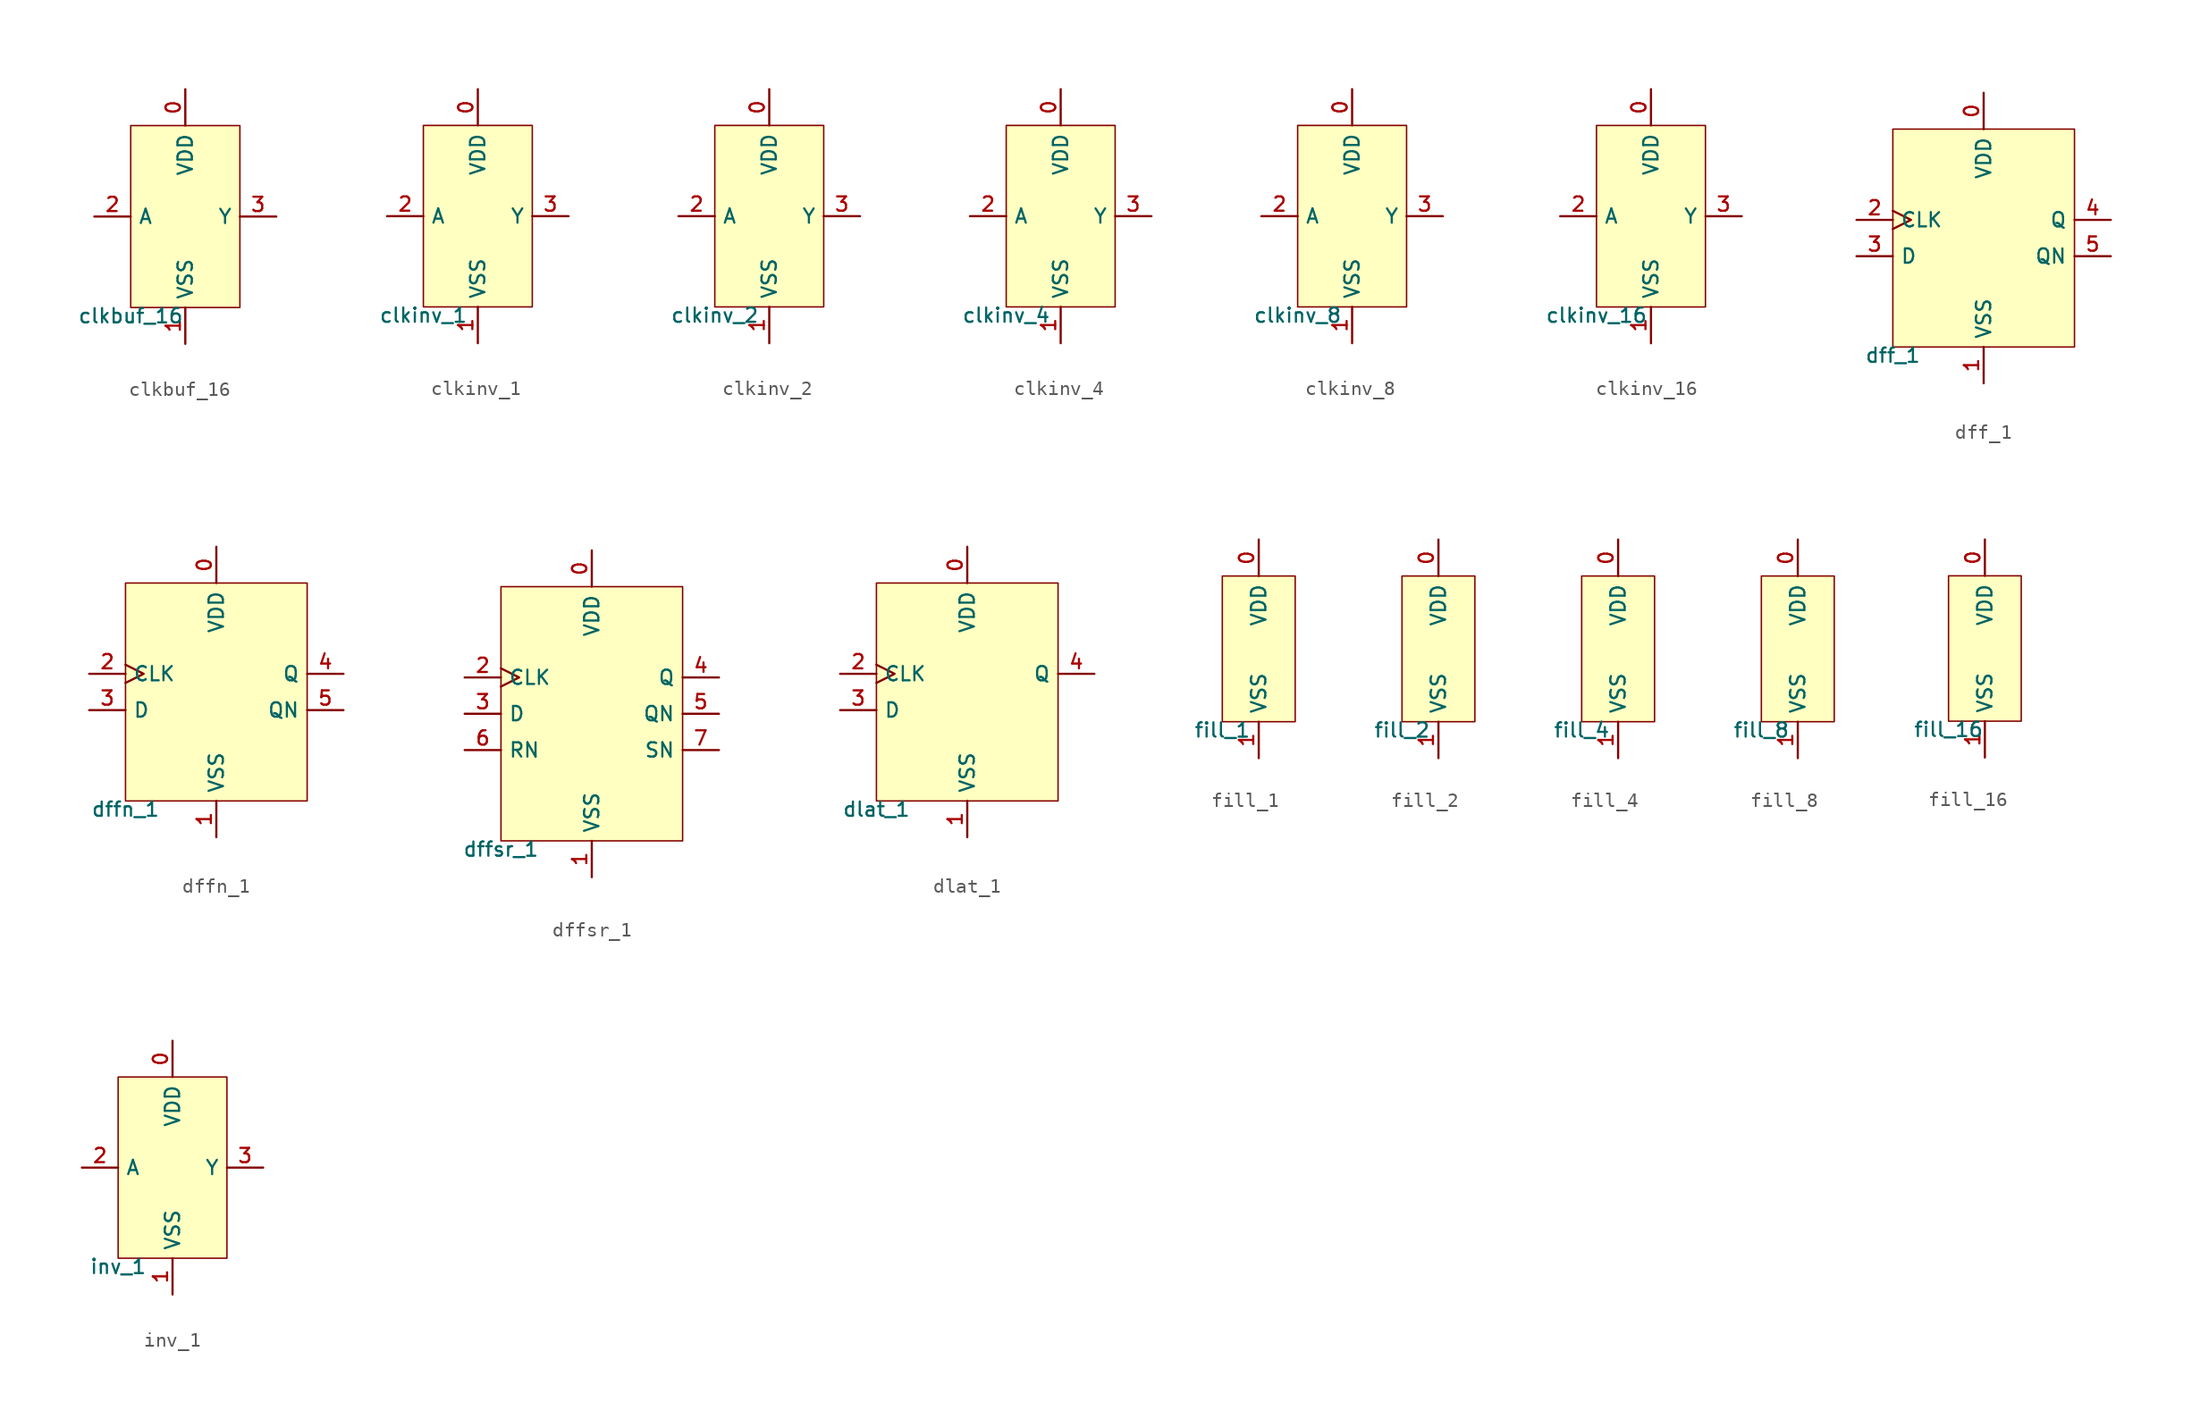
<source format=kicad_sym>
(kicad_symbol_lib
  (version 20211014)
  (generator pdk2kicad)
  (symbol "clkbuf_16"
    (property "Reference" "X"
      (at 0 0 0)
      (effects (font (size 1 1)) hide))
    (property "Value" "clkbuf_16"
      (at -3.81 -6.35 0)
      (effects (font (size 1 1)) (justify top)))
    (rectangle
      (start -3.81 -6.35)
      (end 3.81 6.35)
      (stroke (width 0.1) (type solid) (color 0 0 0 0))
      (fill (type background)))
    (pin power_in line
      (at 0.0 8.89 270)
      (length 2.54)
      (name "VDD" (effects (font (size 1 1)) hide))
      (number "0" (effects (font (size 1 1)) hide)))
    (pin power_in line
      (at 0.0 -8.89 90)
      (length 2.54)
      (name "VSS" (effects (font (size 1 1)) hide))
      (number "1" (effects (font (size 1 1)) hide)))
    (pin input line
      (at -6.35 -4.440892098500626e-16 0)
      (length 2.54)
      (name "A" (effects (font (size 1 1)) hide))
      (number "2" (effects (font (size 1 1)) hide)))
    (pin output line
      (at 6.35 -4.440892098500626e-16 180)
      (length 2.54)
      (name "Y" (effects (font (size 1 1)) hide))
      (number "3" (effects (font (size 1 1)) hide))))
  (symbol "clkinv_1"
    (property "Reference" "X"
      (at 0 0 0)
      (effects (font (size 1 1)) hide))
    (property "Value" "clkinv_1"
      (at -3.81 -6.35 0)
      (effects (font (size 1 1)) (justify top)))
    (rectangle
      (start -3.81 -6.35)
      (end 3.81 6.35)
      (stroke (width 0.1) (type solid) (color 0 0 0 0))
      (fill (type background)))
    (pin power_in line
      (at 0.0 8.89 270)
      (length 2.54)
      (name "VDD" (effects (font (size 1 1)) hide))
      (number "0" (effects (font (size 1 1)) hide)))
    (pin power_in line
      (at 0.0 -8.89 90)
      (length 2.54)
      (name "VSS" (effects (font (size 1 1)) hide))
      (number "1" (effects (font (size 1 1)) hide)))
    (pin input line
      (at -6.35 -4.440892098500626e-16 0)
      (length 2.54)
      (name "A" (effects (font (size 1 1)) hide))
      (number "2" (effects (font (size 1 1)) hide)))
    (pin output line
      (at 6.35 -4.440892098500626e-16 180)
      (length 2.54)
      (name "Y" (effects (font (size 1 1)) hide))
      (number "3" (effects (font (size 1 1)) hide))))
  (symbol "clkinv_2"
    (property "Reference" "X"
      (at 0 0 0)
      (effects (font (size 1 1)) hide))
    (property "Value" "clkinv_2"
      (at -3.81 -6.35 0)
      (effects (font (size 1 1)) (justify top)))
    (rectangle
      (start -3.81 -6.35)
      (end 3.81 6.35)
      (stroke (width 0.1) (type solid) (color 0 0 0 0))
      (fill (type background)))
    (pin power_in line
      (at 0.0 8.89 270)
      (length 2.54)
      (name "VDD" (effects (font (size 1 1)) hide))
      (number "0" (effects (font (size 1 1)) hide)))
    (pin power_in line
      (at 0.0 -8.89 90)
      (length 2.54)
      (name "VSS" (effects (font (size 1 1)) hide))
      (number "1" (effects (font (size 1 1)) hide)))
    (pin input line
      (at -6.35 -4.440892098500626e-16 0)
      (length 2.54)
      (name "A" (effects (font (size 1 1)) hide))
      (number "2" (effects (font (size 1 1)) hide)))
    (pin output line
      (at 6.35 -4.440892098500626e-16 180)
      (length 2.54)
      (name "Y" (effects (font (size 1 1)) hide))
      (number "3" (effects (font (size 1 1)) hide))))
  (symbol "clkinv_4"
    (property "Reference" "X"
      (at 0 0 0)
      (effects (font (size 1 1)) hide))
    (property "Value" "clkinv_4"
      (at -3.81 -6.35 0)
      (effects (font (size 1 1)) (justify top)))
    (rectangle
      (start -3.81 -6.35)
      (end 3.81 6.35)
      (stroke (width 0.1) (type solid) (color 0 0 0 0))
      (fill (type background)))
    (pin power_in line
      (at 0.0 8.89 270)
      (length 2.54)
      (name "VDD" (effects (font (size 1 1)) hide))
      (number "0" (effects (font (size 1 1)) hide)))
    (pin power_in line
      (at 0.0 -8.89 90)
      (length 2.54)
      (name "VSS" (effects (font (size 1 1)) hide))
      (number "1" (effects (font (size 1 1)) hide)))
    (pin input line
      (at -6.35 -4.440892098500626e-16 0)
      (length 2.54)
      (name "A" (effects (font (size 1 1)) hide))
      (number "2" (effects (font (size 1 1)) hide)))
    (pin output line
      (at 6.35 -4.440892098500626e-16 180)
      (length 2.54)
      (name "Y" (effects (font (size 1 1)) hide))
      (number "3" (effects (font (size 1 1)) hide))))
  (symbol "clkinv_8"
    (property "Reference" "X"
      (at 0 0 0)
      (effects (font (size 1 1)) hide))
    (property "Value" "clkinv_8"
      (at -3.81 -6.35 0)
      (effects (font (size 1 1)) (justify top)))
    (rectangle
      (start -3.81 -6.35)
      (end 3.81 6.35)
      (stroke (width 0.1) (type solid) (color 0 0 0 0))
      (fill (type background)))
    (pin power_in line
      (at 0.0 8.89 270)
      (length 2.54)
      (name "VDD" (effects (font (size 1 1)) hide))
      (number "0" (effects (font (size 1 1)) hide)))
    (pin power_in line
      (at 0.0 -8.89 90)
      (length 2.54)
      (name "VSS" (effects (font (size 1 1)) hide))
      (number "1" (effects (font (size 1 1)) hide)))
    (pin input line
      (at -6.35 -4.440892098500626e-16 0)
      (length 2.54)
      (name "A" (effects (font (size 1 1)) hide))
      (number "2" (effects (font (size 1 1)) hide)))
    (pin output line
      (at 6.35 -4.440892098500626e-16 180)
      (length 2.54)
      (name "Y" (effects (font (size 1 1)) hide))
      (number "3" (effects (font (size 1 1)) hide))))
  (symbol "clkinv_16"
    (property "Reference" "X"
      (at 0 0 0)
      (effects (font (size 1 1)) hide))
    (property "Value" "clkinv_16"
      (at -3.81 -6.35 0)
      (effects (font (size 1 1)) (justify top)))
    (rectangle
      (start -3.81 -6.35)
      (end 3.81 6.35)
      (stroke (width 0.1) (type solid) (color 0 0 0 0))
      (fill (type background)))
    (pin power_in line
      (at 0.0 8.89 270)
      (length 2.54)
      (name "VDD" (effects (font (size 1 1)) hide))
      (number "0" (effects (font (size 1 1)) hide)))
    (pin power_in line
      (at 0.0 -8.89 90)
      (length 2.54)
      (name "VSS" (effects (font (size 1 1)) hide))
      (number "1" (effects (font (size 1 1)) hide)))
    (pin input line
      (at -6.35 -4.440892098500626e-16 0)
      (length 2.54)
      (name "A" (effects (font (size 1 1)) hide))
      (number "2" (effects (font (size 1 1)) hide)))
    (pin output line
      (at 6.35 -4.440892098500626e-16 180)
      (length 2.54)
      (name "Y" (effects (font (size 1 1)) hide))
      (number "3" (effects (font (size 1 1)) hide))))
  (symbol "dff_1"
    (property "Reference" "X"
      (at 0 0 0)
      (effects (font (size 1 1)) hide))
    (property "Value" "dff_1"
      (at -6.35 -7.62 0)
      (effects (font (size 1 1)) (justify top)))
    (rectangle
      (start -6.35 -7.62)
      (end 6.35 7.62)
      (stroke (width 0.1) (type solid) (color 0 0 0 0))
      (fill (type background)))
    (pin power_in line
      (at 4.440892098500626e-16 10.16 270)
      (length 2.54)
      (name "VDD" (effects (font (size 1 1)) hide))
      (number "0" (effects (font (size 1 1)) hide)))
    (pin power_in line
      (at 4.440892098500626e-16 -10.16 90)
      (length 2.54)
      (name "VSS" (effects (font (size 1 1)) hide))
      (number "1" (effects (font (size 1 1)) hide)))
    (pin input clock
      (at -8.89 1.27 0)
      (length 2.54)
      (name "CLK" (effects (font (size 1 1)) hide))
      (number "2" (effects (font (size 1 1)) hide)))
    (pin input line
      (at -8.89 -1.27 0)
      (length 2.54)
      (name "D" (effects (font (size 1 1)) hide))
      (number "3" (effects (font (size 1 1)) hide)))
    (pin output line
      (at 8.89 1.27 180)
      (length 2.54)
      (name "Q" (effects (font (size 1 1)) hide))
      (number "4" (effects (font (size 1 1)) hide)))
    (pin output line
      (at 8.89 -1.27 180)
      (length 2.54)
      (name "QN" (effects (font (size 1 1)) hide))
      (number "5" (effects (font (size 1 1)) hide))))
  (symbol "dffn_1"
    (property "Reference" "X"
      (at 0 0 0)
      (effects (font (size 1 1)) hide))
    (property "Value" "dffn_1"
      (at -6.35 -7.62 0)
      (effects (font (size 1 1)) (justify top)))
    (rectangle
      (start -6.35 -7.62)
      (end 6.35 7.62)
      (stroke (width 0.1) (type solid) (color 0 0 0 0))
      (fill (type background)))
    (pin power_in line
      (at 4.440892098500626e-16 10.16 270)
      (length 2.54)
      (name "VDD" (effects (font (size 1 1)) hide))
      (number "0" (effects (font (size 1 1)) hide)))
    (pin power_in line
      (at 4.440892098500626e-16 -10.16 90)
      (length 2.54)
      (name "VSS" (effects (font (size 1 1)) hide))
      (number "1" (effects (font (size 1 1)) hide)))
    (pin input clock
      (at -8.89 1.27 0)
      (length 2.54)
      (name "CLK" (effects (font (size 1 1)) hide))
      (number "2" (effects (font (size 1 1)) hide)))
    (pin input line
      (at -8.89 -1.27 0)
      (length 2.54)
      (name "D" (effects (font (size 1 1)) hide))
      (number "3" (effects (font (size 1 1)) hide)))
    (pin output line
      (at 8.89 1.27 180)
      (length 2.54)
      (name "Q" (effects (font (size 1 1)) hide))
      (number "4" (effects (font (size 1 1)) hide)))
    (pin output line
      (at 8.89 -1.27 180)
      (length 2.54)
      (name "QN" (effects (font (size 1 1)) hide))
      (number "5" (effects (font (size 1 1)) hide))))
  (symbol "dffsr_1"
    (property "Reference" "X"
      (at 0 0 0)
      (effects (font (size 1 1)) hide))
    (property "Value" "dffsr_1"
      (at -6.35 -8.89 0)
      (effects (font (size 1 1)) (justify top)))
    (rectangle
      (start -6.35 -8.89)
      (end 6.35 8.89)
      (stroke (width 0.1) (type solid) (color 0 0 0 0))
      (fill (type background)))
    (pin power_in line
      (at 4.440892098500626e-16 11.43 270)
      (length 2.54)
      (name "VDD" (effects (font (size 1 1)) hide))
      (number "0" (effects (font (size 1 1)) hide)))
    (pin power_in line
      (at 4.440892098500626e-16 -11.43 90)
      (length 2.54)
      (name "VSS" (effects (font (size 1 1)) hide))
      (number "1" (effects (font (size 1 1)) hide)))
    (pin input clock
      (at -8.89 2.54 0)
      (length 2.54)
      (name "CLK" (effects (font (size 1 1)) hide))
      (number "2" (effects (font (size 1 1)) hide)))
    (pin input line
      (at -8.89 4.440892098500626e-16 0)
      (length 2.54)
      (name "D" (effects (font (size 1 1)) hide))
      (number "3" (effects (font (size 1 1)) hide)))
    (pin output line
      (at 8.89 2.54 180)
      (length 2.54)
      (name "Q" (effects (font (size 1 1)) hide))
      (number "4" (effects (font (size 1 1)) hide)))
    (pin output line
      (at 8.89 4.440892098500626e-16 180)
      (length 2.54)
      (name "QN" (effects (font (size 1 1)) hide))
      (number "5" (effects (font (size 1 1)) hide)))
    (pin input line
      (at -8.89 -2.54 0)
      (length 2.54)
      (name "RN" (effects (font (size 1 1)) hide))
      (number "6" (effects (font (size 1 1)) hide)))
    (pin output line
      (at 8.89 -2.54 180)
      (length 2.54)
      (name "SN" (effects (font (size 1 1)) hide))
      (number "7" (effects (font (size 1 1)) hide))))
  (symbol "dlat_1"
    (property "Reference" "X"
      (at 0 0 0)
      (effects (font (size 1 1)) hide))
    (property "Value" "dlat_1"
      (at -6.35 -7.62 0)
      (effects (font (size 1 1)) (justify top)))
    (rectangle
      (start -6.35 -7.62)
      (end 6.35 7.62)
      (stroke (width 0.1) (type solid) (color 0 0 0 0))
      (fill (type background)))
    (pin power_in line
      (at 4.440892098500626e-16 10.16 270)
      (length 2.54)
      (name "VDD" (effects (font (size 1 1)) hide))
      (number "0" (effects (font (size 1 1)) hide)))
    (pin power_in line
      (at 4.440892098500626e-16 -10.16 90)
      (length 2.54)
      (name "VSS" (effects (font (size 1 1)) hide))
      (number "1" (effects (font (size 1 1)) hide)))
    (pin input clock
      (at -8.89 1.27 0)
      (length 2.54)
      (name "CLK" (effects (font (size 1 1)) hide))
      (number "2" (effects (font (size 1 1)) hide)))
    (pin input line
      (at -8.89 -1.27 0)
      (length 2.54)
      (name "D" (effects (font (size 1 1)) hide))
      (number "3" (effects (font (size 1 1)) hide)))
    (pin output line
      (at 8.89 1.27 180)
      (length 2.54)
      (name "Q" (effects (font (size 1 1)) hide))
      (number "4" (effects (font (size 1 1)) hide))))
  (symbol "fill_1"
    (property "Reference" "X"
      (at 0 0 0)
      (effects (font (size 1 1)) hide))
    (property "Value" "fill_1"
      (at -2.54 -5.08 0)
      (effects (font (size 1 1)) (justify top)))
    (rectangle
      (start -2.54 -5.08)
      (end 2.54 5.08)
      (stroke (width 0.1) (type solid) (color 0 0 0 0))
      (fill (type background)))
    (pin power_in line
      (at 0.0 7.62 270)
      (length 2.54)
      (name "VDD" (effects (font (size 1 1)) hide))
      (number "0" (effects (font (size 1 1)) hide)))
    (pin power_in line
      (at 0.0 -7.62 90)
      (length 2.54)
      (name "VSS" (effects (font (size 1 1)) hide))
      (number "1" (effects (font (size 1 1)) hide))))
  (symbol "fill_2"
    (property "Reference" "X"
      (at 0 0 0)
      (effects (font (size 1 1)) hide))
    (property "Value" "fill_2"
      (at -2.54 -5.08 0)
      (effects (font (size 1 1)) (justify top)))
    (rectangle
      (start -2.54 -5.08)
      (end 2.54 5.08)
      (stroke (width 0.1) (type solid) (color 0 0 0 0))
      (fill (type background)))
    (pin power_in line
      (at 0.0 7.62 270)
      (length 2.54)
      (name "VDD" (effects (font (size 1 1)) hide))
      (number "0" (effects (font (size 1 1)) hide)))
    (pin power_in line
      (at 0.0 -7.62 90)
      (length 2.54)
      (name "VSS" (effects (font (size 1 1)) hide))
      (number "1" (effects (font (size 1 1)) hide))))
  (symbol "fill_4"
    (property "Reference" "X"
      (at 0 0 0)
      (effects (font (size 1 1)) hide))
    (property "Value" "fill_4"
      (at -2.54 -5.08 0)
      (effects (font (size 1 1)) (justify top)))
    (rectangle
      (start -2.54 -5.08)
      (end 2.54 5.08)
      (stroke (width 0.1) (type solid) (color 0 0 0 0))
      (fill (type background)))
    (pin power_in line
      (at 0.0 7.62 270)
      (length 2.54)
      (name "VDD" (effects (font (size 1 1)) hide))
      (number "0" (effects (font (size 1 1)) hide)))
    (pin power_in line
      (at 0.0 -7.62 90)
      (length 2.54)
      (name "VSS" (effects (font (size 1 1)) hide))
      (number "1" (effects (font (size 1 1)) hide))))
  (symbol "fill_8"
    (property "Reference" "X"
      (at 0 0 0)
      (effects (font (size 1 1)) hide))
    (property "Value" "fill_8"
      (at -2.54 -5.08 0)
      (effects (font (size 1 1)) (justify top)))
    (rectangle
      (start -2.54 -5.08)
      (end 2.54 5.08)
      (stroke (width 0.1) (type solid) (color 0 0 0 0))
      (fill (type background)))
    (pin power_in line
      (at 0.0 7.62 270)
      (length 2.54)
      (name "VDD" (effects (font (size 1 1)) hide))
      (number "0" (effects (font (size 1 1)) hide)))
    (pin power_in line
      (at 0.0 -7.62 90)
      (length 2.54)
      (name "VSS" (effects (font (size 1 1)) hide))
      (number "1" (effects (font (size 1 1)) hide))))
  (symbol "fill_16"
    (property "Reference" "X"
      (at 0 0 0)
      (effects (font (size 1 1)) hide))
    (property "Value" "fill_16"
      (at -2.54 -5.08 0)
      (effects (font (size 1 1)) (justify top)))
    (rectangle
      (start -2.54 -5.08)
      (end 2.54 5.08)
      (stroke (width 0.1) (type solid) (color 0 0 0 0))
      (fill (type background)))
    (pin power_in line
      (at 0.0 7.62 270)
      (length 2.54)
      (name "VDD" (effects (font (size 1 1)) hide))
      (number "0" (effects (font (size 1 1)) hide)))
    (pin power_in line
      (at 0.0 -7.62 90)
      (length 2.54)
      (name "VSS" (effects (font (size 1 1)) hide))
      (number "1" (effects (font (size 1 1)) hide))))
  (symbol "inv_1"
    (property "Reference" "X"
      (at 0 0 0)
      (effects (font (size 1 1)) hide))
    (property "Value" "inv_1"
      (at -3.81 -6.35 0)
      (effects (font (size 1 1)) (justify top)))
    (rectangle
      (start -3.81 -6.35)
      (end 3.81 6.35)
      (stroke (width 0.1) (type solid) (color 0 0 0 0))
      (fill (type background)))
    (pin power_in line
      (at 0.0 8.89 270)
      (length 2.54)
      (name "VDD" (effects (font (size 1 1)) hide))
      (number "0" (effects (font (size 1 1)) hide)))
    (pin power_in line
      (at 0.0 -8.89 90)
      (length 2.54)
      (name "VSS" (effects (font (size 1 1)) hide))
      (number "1" (effects (font (size 1 1)) hide)))
    (pin input line
      (at -6.35 -4.440892098500626e-16 0)
      (length 2.54)
      (name "A" (effects (font (size 1 1)) hide))
      (number "2" (effects (font (size 1 1)) hide)))
    (pin output line
      (at 6.35 -4.440892098500626e-16 180)
      (length 2.54)
      (name "Y" (effects (font (size 1 1)) hide))
      (number "3" (effects (font (size 1 1)) hide)))))
</source>
